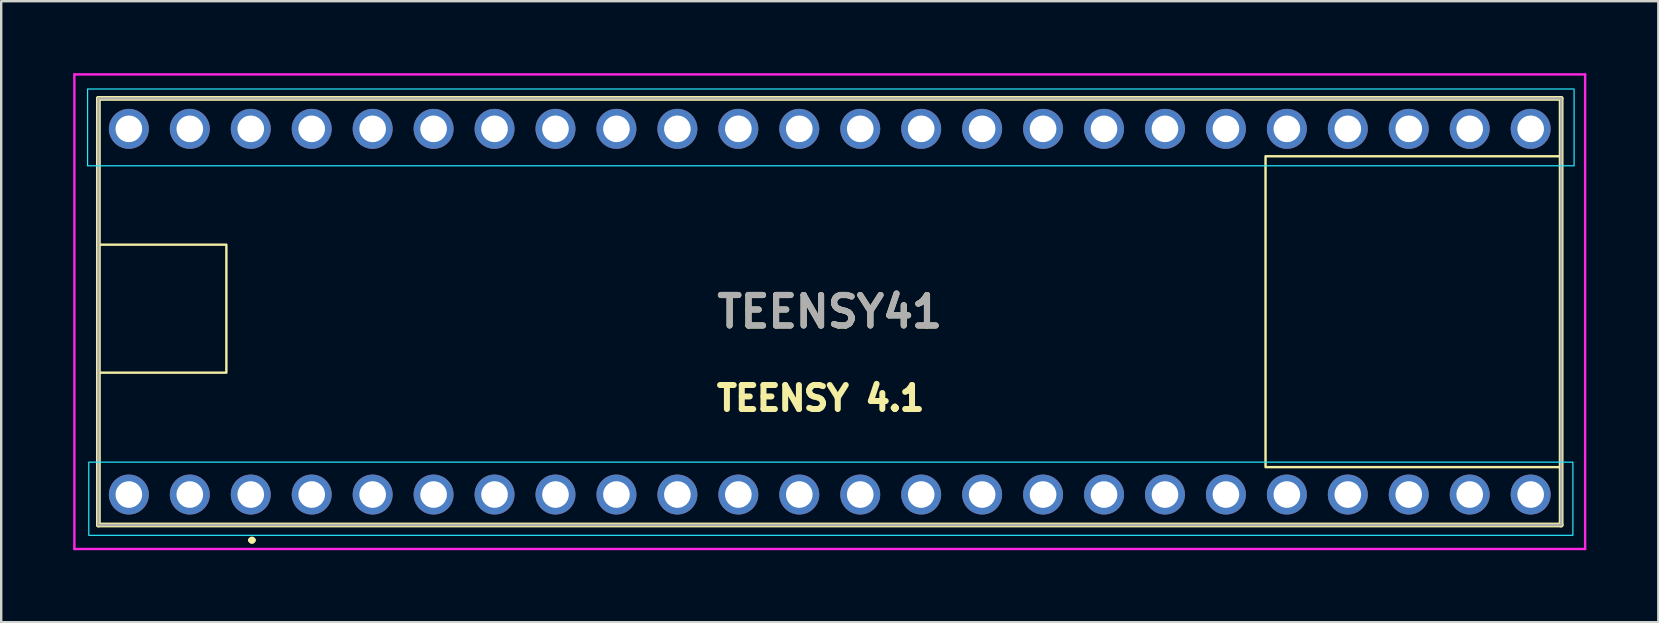
<source format=kicad_pcb>
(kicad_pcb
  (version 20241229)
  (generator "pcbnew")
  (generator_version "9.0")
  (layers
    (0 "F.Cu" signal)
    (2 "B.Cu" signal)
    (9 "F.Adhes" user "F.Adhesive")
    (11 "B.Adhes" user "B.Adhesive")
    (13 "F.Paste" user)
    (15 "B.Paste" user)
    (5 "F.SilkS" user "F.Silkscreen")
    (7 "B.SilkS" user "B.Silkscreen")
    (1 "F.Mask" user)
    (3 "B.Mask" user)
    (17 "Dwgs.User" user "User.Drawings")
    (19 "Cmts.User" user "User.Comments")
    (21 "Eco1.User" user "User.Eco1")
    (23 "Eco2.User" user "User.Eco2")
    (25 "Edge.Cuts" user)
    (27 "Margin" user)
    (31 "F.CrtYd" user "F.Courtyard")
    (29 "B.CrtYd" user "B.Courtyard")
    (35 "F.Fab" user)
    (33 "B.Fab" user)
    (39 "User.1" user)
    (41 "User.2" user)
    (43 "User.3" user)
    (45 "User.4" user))
  (footprint "TEENSY41"
    (layer "F.Cu")
    (at 7.4 17.56)
    (property "Reference" "TEENSY41" (at 24.13 -7.62 0) (layer "F.SilkS") (effects (font (size 1.27 1.27) (thickness 0.254))))
    (attr through_hole)
    (fp_line (start -6.35 -16.51) (end -6.35 1.27) (stroke (width 0.2) (type solid)) (layer "F.SilkS"))
    (fp_line (start -6.35 1.27) (end 54.61 1.27) (stroke (width 0.2) (type solid)) (layer "F.SilkS"))
    (fp_line (start 0 1.9) (end 0 1.9) (stroke (width 0.2) (type solid)) (layer "F.SilkS"))
    (fp_line (start 0 1.9) (end 0 1.9) (stroke (width 0.2) (type solid)) (layer "F.SilkS"))
    (fp_line (start 0.1 1.9) (end 0.1 1.9) (stroke (width 0.2) (type solid)) (layer "F.SilkS"))
    (fp_line (start 54.61 -16.51) (end -6.35 -16.51) (stroke (width 0.2) (type solid)) (layer "F.SilkS"))
    (fp_line (start 54.61 1.27) (end 54.61 -16.51) (stroke (width 0.2) (type solid)) (layer "F.SilkS"))
    (fp_rect (start -6.35 -10.414) (end -1.016 -5.08) (stroke (width 0.1) (type default)) (fill no) (layer "F.SilkS"))
    (fp_rect (start 54.61 -14.097) (end 42.291 -1.143) (stroke (width 0.1) (type default)) (fill no) (layer "F.SilkS"))
    (fp_arc (start 0 1.9) (mid 0.05 1.85) (end 0.1 1.9) (stroke (width 0.2) (type solid)) (layer "F.SilkS"))
    (fp_arc (start 0.1 1.9) (mid 0.05 1.95) (end 0 1.9) (stroke (width 0.2) (type solid)) (layer "F.SilkS"))
    (fp_arc (start 0.1 1.9) (mid 0.05 1.95) (end 0 1.9) (stroke (width 0.2) (type solid)) (layer "F.SilkS"))
    (fp_rect (start -6.8 -13.7) (end 55.15 -16.9) (stroke (width 0.05) (type default)) (fill no) (layer "B.CrtYd"))
    (fp_rect (start -6.75 -1.35) (end 55.1 1.7) (stroke (width 0.05) (type default)) (fill no) (layer "B.CrtYd"))
    (fp_line (start -7.35 -17.51) (end 55.61 -17.51) (stroke (width 0.1) (type solid)) (layer "F.CrtYd"))
    (fp_line (start -7.35 2.27) (end -7.35 -17.51) (stroke (width 0.1) (type solid)) (layer "F.CrtYd"))
    (fp_line (start 55.61 -17.51) (end 55.61 2.27) (stroke (width 0.1) (type solid)) (layer "F.CrtYd"))
    (fp_line (start 55.61 2.27) (end -7.35 2.27) (stroke (width 0.1) (type solid)) (layer "F.CrtYd"))
    (fp_line (start -6.35 -16.51) (end -6.35 1.27) (stroke (width 0.1) (type solid)) (layer "F.Fab"))
    (fp_line (start -6.35 1.27) (end 54.61 1.27) (stroke (width 0.1) (type solid)) (layer "F.Fab"))
    (fp_line (start 54.61 -16.51) (end -6.35 -16.51) (stroke (width 0.1) (type solid)) (layer "F.Fab"))
    (fp_line (start 54.61 1.27) (end 54.61 -16.51) (stroke (width 0.1) (type solid)) (layer "F.Fab"))
    (fp_text user "TEENSY 4.1" (at 23.749 -3.429 0) (unlocked yes) (layer "F.SilkS") (effects (font (size 1 1) (thickness 0.25) (bold yes)) (justify bottom)))
    (fp_text user "${REFERENCE}" (at 24.13 -7.62 0) (layer "F.Fab") (effects (font (size 1.27 1.27) (thickness 0.254))))
    (pad "0" thru_hole circle (at -2.54 0) (size 1.665 1.665) (drill 1.11) (layers "*.Cu" "*.Mask"))
    (pad "1" thru_hole circle (at 0 0) (size 1.665 1.665) (drill 1.11) (layers "*.Cu" "*.Mask"))
    (pad "2" thru_hole circle (at 2.54 0) (size 1.665 1.665) (drill 1.11) (layers "*.Cu" "*.Mask"))
    (pad "3" thru_hole circle (at 5.08 0) (size 1.665 1.665) (drill 1.11) (layers "*.Cu" "*.Mask"))
    (pad "3.3V1" thru_hole circle (at 30.48 0) (size 1.665 1.665) (drill 1.11) (layers "*.Cu" "*.Mask"))
    (pad "3.3V2" thru_hole circle (at 0 -15.24) (size 1.665 1.665) (drill 1.11) (layers "*.Cu" "*.Mask"))
    (pad "4" thru_hole circle (at 7.62 0) (size 1.665 1.665) (drill 1.11) (layers "*.Cu" "*.Mask"))
    (pad "5" thru_hole circle (at 10.16 0) (size 1.665 1.665) (drill 1.11) (layers "*.Cu" "*.Mask"))
    (pad "6" thru_hole circle (at 12.7 0) (size 1.665 1.665) (drill 1.11) (layers "*.Cu" "*.Mask"))
    (pad "7" thru_hole circle (at 15.24 0) (size 1.665 1.665) (drill 1.11) (layers "*.Cu" "*.Mask"))
    (pad "8" thru_hole circle (at 17.78 0) (size 1.665 1.665) (drill 1.11) (layers "*.Cu" "*.Mask"))
    (pad "9" thru_hole circle (at 20.32 0) (size 1.665 1.665) (drill 1.11) (layers "*.Cu" "*.Mask"))
    (pad "10" thru_hole circle (at 22.86 0) (size 1.665 1.665) (drill 1.11) (layers "*.Cu" "*.Mask"))
    (pad "11" thru_hole circle (at 25.4 0) (size 1.665 1.665) (drill 1.11) (layers "*.Cu" "*.Mask"))
    (pad "12" thru_hole circle (at 27.94 0) (size 1.665 1.665) (drill 1.11) (layers "*.Cu" "*.Mask"))
    (pad "13" thru_hole circle (at 27.94 -15.24) (size 1.665 1.665) (drill 1.11) (layers "*.Cu" "*.Mask"))
    (pad "14" thru_hole circle (at 25.4 -15.24) (size 1.665 1.665) (drill 1.11) (layers "*.Cu" "*.Mask"))
    (pad "15" thru_hole circle (at 22.86 -15.24) (size 1.665 1.665) (drill 1.11) (layers "*.Cu" "*.Mask"))
    (pad "16" thru_hole circle (at 20.32 -15.24) (size 1.665 1.665) (drill 1.11) (layers "*.Cu" "*.Mask"))
    (pad "17" thru_hole circle (at 17.78 -15.24) (size 1.665 1.665) (drill 1.11) (layers "*.Cu" "*.Mask"))
    (pad "18" thru_hole circle (at 15.24 -15.24) (size 1.665 1.665) (drill 1.11) (layers "*.Cu" "*.Mask"))
    (pad "19" thru_hole circle (at 12.7 -15.24) (size 1.665 1.665) (drill 1.11) (layers "*.Cu" "*.Mask"))
    (pad "20" thru_hole circle (at 10.16 -15.24) (size 1.665 1.665) (drill 1.11) (layers "*.Cu" "*.Mask"))
    (pad "21" thru_hole circle (at 7.62 -15.24) (size 1.665 1.665) (drill 1.11) (layers "*.Cu" "*.Mask"))
    (pad "22" thru_hole circle (at 5.08 -15.24) (size 1.665 1.665) (drill 1.11) (layers "*.Cu" "*.Mask"))
    (pad "23" thru_hole circle (at 2.54 -15.24) (size 1.665 1.665) (drill 1.11) (layers "*.Cu" "*.Mask"))
    (pad "24" thru_hole circle (at 33.02 0) (size 1.665 1.665) (drill 1.11) (layers "*.Cu" "*.Mask"))
    (pad "25" thru_hole circle (at 35.56 0) (size 1.665 1.665) (drill 1.11) (layers "*.Cu" "*.Mask"))
    (pad "26" thru_hole circle (at 38.1 0) (size 1.665 1.665) (drill 1.11) (layers "*.Cu" "*.Mask"))
    (pad "27" thru_hole circle (at 40.64 0) (size 1.665 1.665) (drill 1.11) (layers "*.Cu" "*.Mask"))
    (pad "28" thru_hole circle (at 43.18 0) (size 1.665 1.665) (drill 1.11) (layers "*.Cu" "*.Mask"))
    (pad "29" thru_hole circle (at 45.72 0) (size 1.665 1.665) (drill 1.11) (layers "*.Cu" "*.Mask"))
    (pad "30" thru_hole circle (at 48.26 0) (size 1.665 1.665) (drill 1.11) (layers "*.Cu" "*.Mask"))
    (pad "31" thru_hole circle (at 50.8 0) (size 1.665 1.665) (drill 1.11) (layers "*.Cu" "*.Mask"))
    (pad "32" thru_hole circle (at 53.34 0) (size 1.665 1.665) (drill 1.11) (layers "*.Cu" "*.Mask"))
    (pad "33" thru_hole circle (at 53.34 -15.24) (size 1.665 1.665) (drill 1.11) (layers "*.Cu" "*.Mask"))
    (pad "34" thru_hole circle (at 50.8 -15.24) (size 1.665 1.665) (drill 1.11) (layers "*.Cu" "*.Mask"))
    (pad "35" thru_hole circle (at 48.26 -15.24) (size 1.665 1.665) (drill 1.11) (layers "*.Cu" "*.Mask"))
    (pad "36" thru_hole circle (at 45.72 -15.24) (size 1.665 1.665) (drill 1.11) (layers "*.Cu" "*.Mask"))
    (pad "37" thru_hole circle (at 43.18 -15.24) (size 1.665 1.665) (drill 1.11) (layers "*.Cu" "*.Mask"))
    (pad "38" thru_hole circle (at 40.64 -15.24) (size 1.665 1.665) (drill 1.11) (layers "*.Cu" "*.Mask"))
    (pad "39" thru_hole circle (at 38.1 -15.24) (size 1.665 1.665) (drill 1.11) (layers "*.Cu" "*.Mask"))
    (pad "40" thru_hole circle (at 35.56 -15.24) (size 1.665 1.665) (drill 1.11) (layers "*.Cu" "*.Mask"))
    (pad "41" thru_hole circle (at 33.02 -15.24) (size 1.665 1.665) (drill 1.11) (layers "*.Cu" "*.Mask"))
    (pad "GND1" thru_hole circle (at -5.08 0) (size 1.665 1.665) (drill 1.11) (layers "*.Cu" "*.Mask"))
    (pad "GND2" thru_hole circle (at 30.48 -15.24) (size 1.665 1.665) (drill 1.11) (layers "*.Cu" "*.Mask"))
    (pad "GND3" thru_hole circle (at -2.54 -15.24) (size 1.665 1.665) (drill 1.11) (layers "*.Cu" "*.Mask"))
    (pad "Vin" thru_hole circle (at -5.08 -15.24) (size 1.665 1.665) (drill 1.11) (layers "*.Cu" "*.Mask")))
  (gr_rect
    (start -3 -3)
    (end 66.06 22.88)
    (stroke (width 0.1) (type default))
    (fill no)
    (layer "Edge.Cuts")))
</source>
